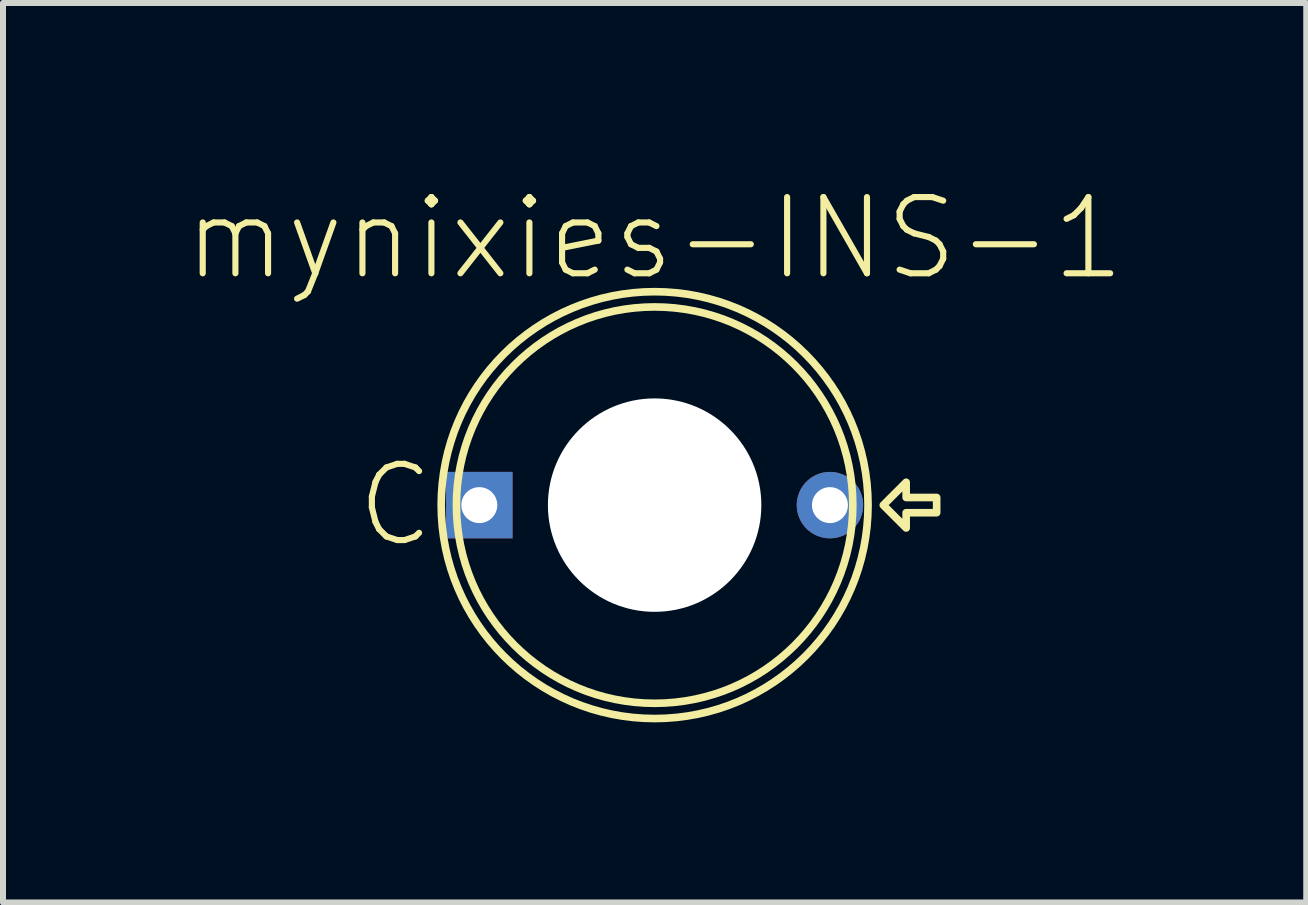
<source format=kicad_pcb>
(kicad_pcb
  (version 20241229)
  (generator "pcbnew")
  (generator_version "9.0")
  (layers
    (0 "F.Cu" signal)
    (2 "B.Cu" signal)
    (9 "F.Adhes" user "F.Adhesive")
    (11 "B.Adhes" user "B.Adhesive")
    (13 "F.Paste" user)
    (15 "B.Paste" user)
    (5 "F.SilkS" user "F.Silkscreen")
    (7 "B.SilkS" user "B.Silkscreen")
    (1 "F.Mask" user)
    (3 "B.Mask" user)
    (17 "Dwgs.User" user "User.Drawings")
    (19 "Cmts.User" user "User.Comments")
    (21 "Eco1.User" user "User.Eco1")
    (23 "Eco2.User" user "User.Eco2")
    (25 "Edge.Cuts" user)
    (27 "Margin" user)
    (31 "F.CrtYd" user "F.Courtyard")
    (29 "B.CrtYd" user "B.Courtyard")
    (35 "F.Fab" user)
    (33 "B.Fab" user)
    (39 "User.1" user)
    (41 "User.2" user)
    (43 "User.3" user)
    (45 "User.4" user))
  (footprint "mynixies-INS-1"
    (layer "F.Cu")
    (at 7.857 5.366)
    (property "Reference" "mynixies-INS-1" (at 0 -4.445 0) (layer "F.SilkS") (effects (font (size 1.27 1.27) (thickness 0.102))))
    (attr exclude_from_pos_files exclude_from_bom)
    (fp_circle (center 0 0) (end 0 -3.556) (stroke (width 0.127) (type solid)) (fill no) (layer "F.SilkS"))
    (fp_circle (center 0 0) (end 0 -3.302) (stroke (width 0.127) (type solid)) (fill no) (layer "F.SilkS"))
    (fp_poly (pts (xy 3.81 0) (xy 4.191 -0.381) (xy 4.191 -0.127) (xy 4.699 -0.127) (xy 4.699 0.127) (xy 4.191 0.127) (xy 4.191 0.381) (xy 3.81 0)) (stroke (width 0.127) (type solid)) (fill no) (layer "F.SilkS"))
    (fp_text user "C" (at -4.318 0 0) (layer "F.SilkS") (effects (font (size 1.27 1.27) (thickness 0.102))))
    (pad "" np_thru_hole circle (at 0 0) (size 3.556 3.556) (drill 3.556) (layers "*.Cu" "*.Mask"))
    (pad "P$1" thru_hole rect (at -2.921 0) (size 1.107 1.107) (drill 0.599) (layers "*.Cu" "*.Mask"))
    (pad "P$2" thru_hole circle (at 2.921 0) (size 1.107 1.107) (drill 0.599) (layers "*.Cu" "*.Mask")))
  (gr_rect
    (start -3 -3)
    (end 18.714 11.986)
    (stroke (width 0.1) (type default))
    (fill no)
    (layer "Edge.Cuts")))
</source>
